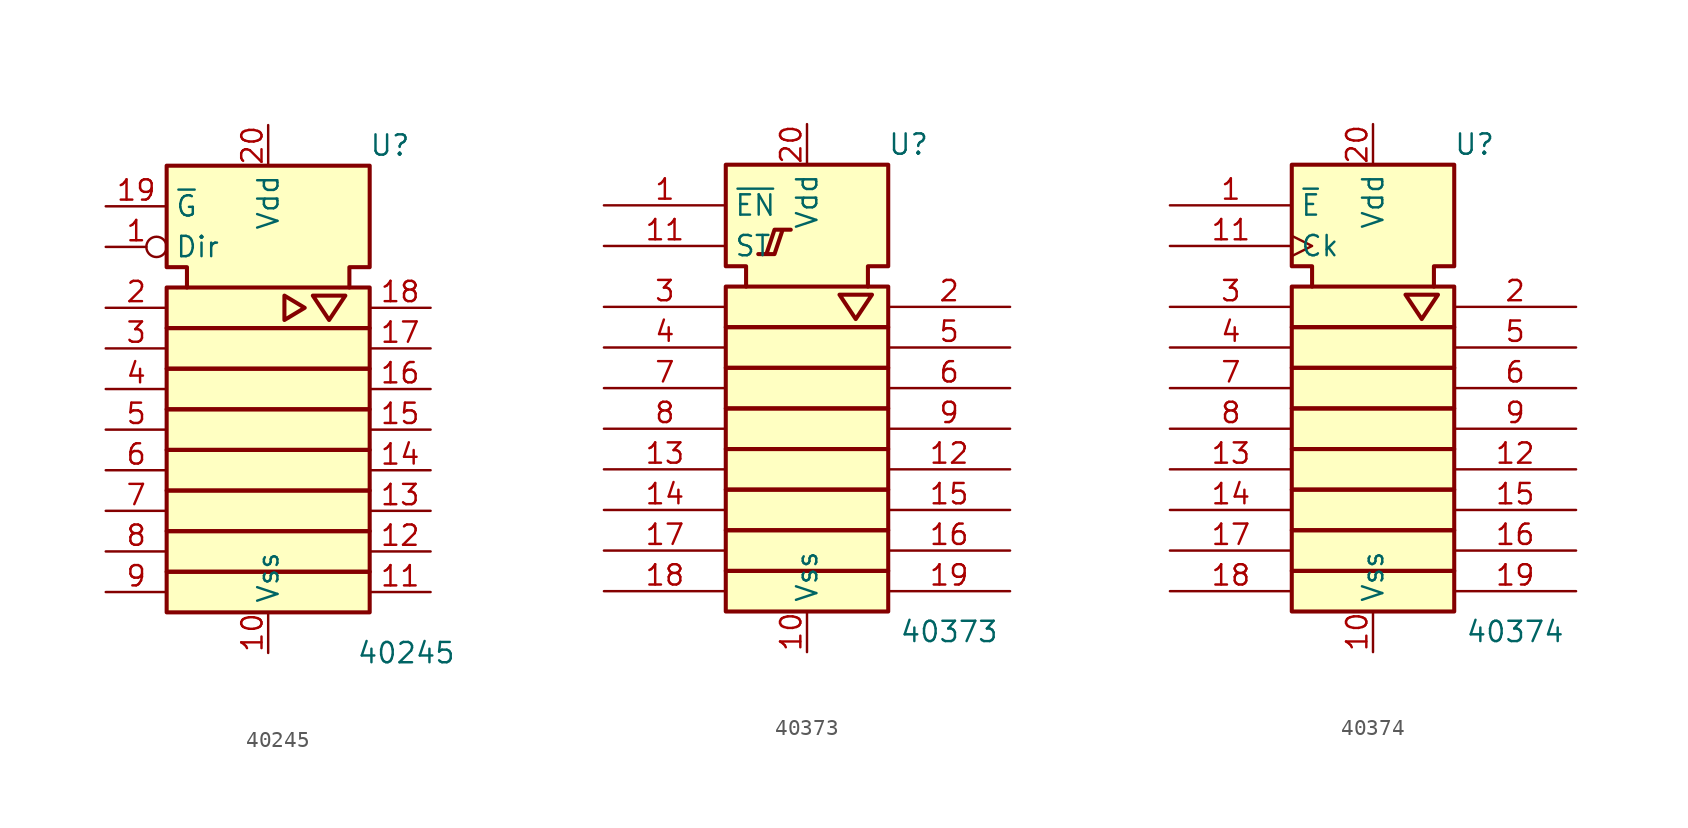
<source format=kicad_sym>
(kicad_symbol_lib
  (version 20241209)
  (generator "kicad_symbol_editor")
  (generator_version "9.0")
  (symbol "40245"
    (property "Reference" "U"
      (at 7.62 16.51 0)
      (effects (font (size 1.27 1.27))))
    (property "Value" "40245"
      (at 8.636 -15.24 0)
      (effects (font (size 1.27 1.27))))
    (symbol "40245_0_0"
      (polyline (pts (xy 1.016 7.112) (xy 1.016 5.588) (xy 2.286 6.35) (xy 1.016 7.112) (xy 1.016 7.112)) (stroke (width 0.254) (type default)) (fill (type background)))
      (polyline (pts (xy 3.302 7.112) (xy 4.826 7.112) (xy 3.81 5.588) (xy 2.794 7.112) (xy 3.302 7.112) (xy 3.302 7.112)) (stroke (width 0.254) (type default)) (fill (type background))))
    (symbol "40245_0_1"
      (rectangle (start -6.35 7.62) (end 6.35 5.08) (stroke (width 0.254) (type default)) (fill (type background)))
      (rectangle (start -6.35 5.08) (end 6.35 2.54) (stroke (width 0.254) (type default)) (fill (type background)))
      (rectangle (start -6.35 2.54) (end 6.35 0) (stroke (width 0.254) (type default)) (fill (type background)))
      (rectangle (start -6.35 0) (end 6.35 -2.54) (stroke (width 0.254) (type default)) (fill (type background)))
      (rectangle (start -6.35 -2.54) (end 6.35 -5.08) (stroke (width 0.254) (type default)) (fill (type background)))
      (rectangle (start -6.35 -5.08) (end 6.35 -7.62) (stroke (width 0.254) (type default)) (fill (type background)))
      (rectangle (start -6.35 -7.62) (end 6.35 -10.16) (stroke (width 0.254) (type default)) (fill (type background)))
      (rectangle (start -6.35 -10.16) (end 6.35 -12.7) (stroke (width 0.254) (type default)) (fill (type background)))
      (polyline (pts (xy -5.08 7.62) (xy -5.08 8.89) (xy -6.35 8.89) (xy -6.35 15.24) (xy 6.35 15.24) (xy 6.35 8.89) (xy 5.08 8.89) (xy 5.08 7.62) (xy 5.08 7.62)) (stroke (width 0.254) (type default)) (fill (type background))))
    (symbol "40245_1_0"
      (pin output line (at -10.16 12.7 0) (length 3.81) (name "~{G}" (effects (font (size 1.27 1.27)))) (number "19" (effects (font (size 1.27 1.27)))))
      (pin output inverted (at -10.16 10.16 0) (length 3.81) (name "Dir" (effects (font (size 1.27 1.27)))) (number "1" (effects (font (size 1.27 1.27)))))
      (pin output line (at -10.16 6.35 0) (length 3.81) (name "~" (effects (font (size 1.27 1.27)))) (number "2" (effects (font (size 1.27 1.27)))))
      (pin output line (at -10.16 3.81 0) (length 3.81) (name "~" (effects (font (size 1.27 1.27)))) (number "3" (effects (font (size 1.27 1.27)))))
      (pin output line (at -10.16 1.27 0) (length 3.81) (name "~" (effects (font (size 1.27 1.27)))) (number "4" (effects (font (size 1.27 1.27)))))
      (pin output line (at -10.16 -1.27 0) (length 3.81) (name "~" (effects (font (size 1.27 1.27)))) (number "5" (effects (font (size 1.27 1.27)))))
      (pin output line (at -10.16 -3.81 0) (length 3.81) (name "~" (effects (font (size 1.27 1.27)))) (number "6" (effects (font (size 1.27 1.27)))))
      (pin output line (at -10.16 -6.35 0) (length 3.81) (name "~" (effects (font (size 1.27 1.27)))) (number "7" (effects (font (size 1.27 1.27)))))
      (pin output line (at -10.16 -8.89 0) (length 3.81) (name "~" (effects (font (size 1.27 1.27)))) (number "8" (effects (font (size 1.27 1.27)))))
      (pin output line (at -10.16 -11.43 0) (length 3.81) (name "~" (effects (font (size 1.27 1.27)))) (number "9" (effects (font (size 1.27 1.27)))))
      (pin power_in line (at 0 17.78 270) (length 2.54) (name "Vdd" (effects (font (size 1.27 1.27)))) (number "20" (effects (font (size 1.27 1.27)))))
      (pin power_in line (at 0 -15.24 90) (length 2.54) (name "Vss" (effects (font (size 1.27 1.27)))) (number "10" (effects (font (size 1.27 1.27)))))
      (pin bidirectional line (at 10.16 6.35 180) (length 3.81) (name "~" (effects (font (size 1.27 1.27)))) (number "18" (effects (font (size 1.27 1.27)))))
      (pin bidirectional line (at 10.16 3.81 180) (length 3.81) (name "~" (effects (font (size 1.27 1.27)))) (number "17" (effects (font (size 1.27 1.27)))))
      (pin bidirectional line (at 10.16 1.27 180) (length 3.81) (name "~" (effects (font (size 1.27 1.27)))) (number "16" (effects (font (size 1.27 1.27)))))
      (pin bidirectional line (at 10.16 -1.27 180) (length 3.81) (name "~" (effects (font (size 1.27 1.27)))) (number "15" (effects (font (size 1.27 1.27)))))
      (pin bidirectional line (at 10.16 -3.81 180) (length 3.81) (name "~" (effects (font (size 1.27 1.27)))) (number "14" (effects (font (size 1.27 1.27)))))
      (pin bidirectional line (at 10.16 -6.35 180) (length 3.81) (name "~" (effects (font (size 1.27 1.27)))) (number "13" (effects (font (size 1.27 1.27)))))
      (pin bidirectional line (at 10.16 -8.89 180) (length 3.81) (name "~" (effects (font (size 1.27 1.27)))) (number "12" (effects (font (size 1.27 1.27)))))
      (pin bidirectional line (at 10.16 -11.43 180) (length 3.81) (name "~" (effects (font (size 1.27 1.27)))) (number "11" (effects (font (size 1.27 1.27)))))))
  (symbol "40373"
    (property "Reference" "U"
      (at 6.35 13.97 0)
      (effects (font (size 1.27 1.27))))
    (property "Value" "40373"
      (at 8.89 -16.51 0)
      (effects (font (size 1.27 1.27))))
    (symbol "40373_0_0"
      (pin input line (at -12.7 10.16 0) (length 7.62) (name "~{EN}" (effects (font (size 1.27 1.27)))) (number "1" (effects (font (size 1.27 1.27)))))
      (pin input line (at -12.7 7.62 0) (length 7.62) (name "ST" (effects (font (size 1.27 1.27)))) (number "11" (effects (font (size 1.27 1.27)))))
      (pin power_in line (at 0 15.24 270) (length 2.54) (name "Vdd" (effects (font (size 1.27 1.27)))) (number "20" (effects (font (size 1.27 1.27)))))
      (pin power_in line (at 0 -17.78 90) (length 2.54) (name "Vss" (effects (font (size 1.27 1.27)))) (number "10" (effects (font (size 1.27 1.27))))))
    (symbol "40373_0_1"
      (rectangle (start -5.08 5.08) (end 5.08 2.54) (stroke (width 0.254) (type default)) (fill (type background)))
      (rectangle (start -5.08 2.54) (end 5.08 0) (stroke (width 0.254) (type default)) (fill (type background)))
      (rectangle (start -5.08 0) (end 5.08 -2.54) (stroke (width 0.254) (type default)) (fill (type background)))
      (rectangle (start -5.08 -2.54) (end 5.08 -5.08) (stroke (width 0.254) (type default)) (fill (type background)))
      (rectangle (start -5.08 -5.08) (end 5.08 -7.62) (stroke (width 0.254) (type default)) (fill (type background)))
      (rectangle (start -5.08 -7.62) (end 5.08 -10.16) (stroke (width 0.254) (type default)) (fill (type background)))
      (rectangle (start -5.08 -10.16) (end 5.08 -12.7) (stroke (width 0.254) (type default)) (fill (type background)))
      (rectangle (start -5.08 -12.7) (end 5.08 -15.24) (stroke (width 0.254) (type default)) (fill (type background)))
      (polyline (pts (xy -3.81 5.08) (xy -3.81 6.35) (xy -5.08 6.35) (xy -5.08 12.7) (xy 5.08 12.7) (xy 5.08 6.35) (xy 3.81 6.35) (xy 3.81 5.08) (xy 3.81 5.08)) (stroke (width 0.254) (type default)) (fill (type background)))
      (polyline (pts (xy -2.54 7.112) (xy -2.032 7.112) (xy -1.524 8.636) (xy -1.016 8.636) (xy -2.032 8.636) (xy -2.54 7.112) (xy -3.048 7.112) (xy -3.048 7.112)) (stroke (width 0.254) (type default)) (fill (type background)))
      (polyline (pts (xy 2.032 4.572) (xy 4.064 4.572) (xy 3.048 3.048) (xy 2.032 4.572) (xy 2.032 4.572)) (stroke (width 0.254) (type default)) (fill (type background))))
    (symbol "40373_1_0"
      (pin input line (at -12.7 3.81 0) (length 7.62) (name "~" (effects (font (size 1.27 1.27)))) (number "3" (effects (font (size 1.27 1.27)))))
      (pin input line (at -12.7 1.27 0) (length 7.62) (name "~" (effects (font (size 1.27 1.27)))) (number "4" (effects (font (size 1.27 1.27)))))
      (pin input line (at -12.7 -1.27 0) (length 7.62) (name "~" (effects (font (size 1.27 1.27)))) (number "7" (effects (font (size 1.27 1.27)))))
      (pin input line (at -12.7 -3.81 0) (length 7.62) (name "~" (effects (font (size 1.27 1.27)))) (number "8" (effects (font (size 1.27 1.27)))))
      (pin input line (at -12.7 -6.35 0) (length 7.62) (name "~" (effects (font (size 1.27 1.27)))) (number "13" (effects (font (size 1.27 1.27)))))
      (pin input line (at -12.7 -8.89 0) (length 7.62) (name "~" (effects (font (size 1.27 1.27)))) (number "14" (effects (font (size 1.27 1.27)))))
      (pin input line (at -12.7 -11.43 0) (length 7.62) (name "~" (effects (font (size 1.27 1.27)))) (number "17" (effects (font (size 1.27 1.27)))))
      (pin input line (at -12.7 -13.97 0) (length 7.62) (name "~" (effects (font (size 1.27 1.27)))) (number "18" (effects (font (size 1.27 1.27)))))
      (pin output line (at 12.7 3.81 180) (length 7.62) (name "~" (effects (font (size 1.27 1.27)))) (number "2" (effects (font (size 1.27 1.27)))))
      (pin output line (at 12.7 1.27 180) (length 7.62) (name "~" (effects (font (size 1.27 1.27)))) (number "5" (effects (font (size 1.27 1.27)))))
      (pin output line (at 12.7 -1.27 180) (length 7.62) (name "~" (effects (font (size 1.27 1.27)))) (number "6" (effects (font (size 1.27 1.27)))))
      (pin output line (at 12.7 -3.81 180) (length 7.62) (name "~" (effects (font (size 1.27 1.27)))) (number "9" (effects (font (size 1.27 1.27)))))
      (pin output line (at 12.7 -6.35 180) (length 7.62) (name "~" (effects (font (size 1.27 1.27)))) (number "12" (effects (font (size 1.27 1.27)))))
      (pin output line (at 12.7 -8.89 180) (length 7.62) (name "~" (effects (font (size 1.27 1.27)))) (number "15" (effects (font (size 1.27 1.27)))))
      (pin output line (at 12.7 -11.43 180) (length 7.62) (name "~" (effects (font (size 1.27 1.27)))) (number "16" (effects (font (size 1.27 1.27)))))
      (pin output line (at 12.7 -13.97 180) (length 7.62) (name "~" (effects (font (size 1.27 1.27)))) (number "19" (effects (font (size 1.27 1.27)))))))
  (symbol "40374"
    (property "Reference" "U"
      (at 6.35 13.97 0)
      (effects (font (size 1.27 1.27))))
    (property "Value" "40374"
      (at 8.89 -16.51 0)
      (effects (font (size 1.27 1.27))))
    (symbol "40374_0_0"
      (pin input line (at -12.7 10.16 0) (length 7.62) (name "~{E}" (effects (font (size 1.27 1.27)))) (number "1" (effects (font (size 1.27 1.27)))))
      (pin input clock (at -12.7 7.62 0) (length 7.62) (name "Ck" (effects (font (size 1.27 1.27)))) (number "11" (effects (font (size 1.27 1.27)))))
      (pin power_in line (at 0 15.24 270) (length 2.54) (name "Vdd" (effects (font (size 1.27 1.27)))) (number "20" (effects (font (size 1.27 1.27)))))
      (pin power_in line (at 0 -17.78 90) (length 2.54) (name "Vss" (effects (font (size 1.27 1.27)))) (number "10" (effects (font (size 1.27 1.27))))))
    (symbol "40374_0_1"
      (rectangle (start -5.08 5.08) (end 5.08 2.54) (stroke (width 0.254) (type default)) (fill (type background)))
      (rectangle (start -5.08 2.54) (end 5.08 0) (stroke (width 0.254) (type default)) (fill (type background)))
      (rectangle (start -5.08 0) (end 5.08 -2.54) (stroke (width 0.254) (type default)) (fill (type background)))
      (rectangle (start -5.08 -2.54) (end 5.08 -5.08) (stroke (width 0.254) (type default)) (fill (type background)))
      (rectangle (start -5.08 -5.08) (end 5.08 -7.62) (stroke (width 0.254) (type default)) (fill (type background)))
      (rectangle (start -5.08 -7.62) (end 5.08 -10.16) (stroke (width 0.254) (type default)) (fill (type background)))
      (rectangle (start -5.08 -10.16) (end 5.08 -12.7) (stroke (width 0.254) (type default)) (fill (type background)))
      (rectangle (start -5.08 -12.7) (end 5.08 -15.24) (stroke (width 0.254) (type default)) (fill (type background)))
      (polyline (pts (xy -3.81 5.08) (xy -3.81 6.35) (xy -5.08 6.35) (xy -5.08 12.7) (xy 5.08 12.7) (xy 5.08 6.35) (xy 3.81 6.35) (xy 3.81 5.08) (xy 3.81 5.08)) (stroke (width 0.254) (type default)) (fill (type background)))
      (polyline (pts (xy 2.032 4.572) (xy 4.064 4.572) (xy 3.048 3.048) (xy 2.032 4.572) (xy 2.032 4.572)) (stroke (width 0.254) (type default)) (fill (type background))))
    (symbol "40374_1_0"
      (pin input line (at -12.7 3.81 0) (length 7.62) (name "~" (effects (font (size 1.27 1.27)))) (number "3" (effects (font (size 1.27 1.27)))))
      (pin input line (at -12.7 1.27 0) (length 7.62) (name "~" (effects (font (size 1.27 1.27)))) (number "4" (effects (font (size 1.27 1.27)))))
      (pin input line (at -12.7 -1.27 0) (length 7.62) (name "~" (effects (font (size 1.27 1.27)))) (number "7" (effects (font (size 1.27 1.27)))))
      (pin input line (at -12.7 -3.81 0) (length 7.62) (name "~" (effects (font (size 1.27 1.27)))) (number "8" (effects (font (size 1.27 1.27)))))
      (pin input line (at -12.7 -6.35 0) (length 7.62) (name "~" (effects (font (size 1.27 1.27)))) (number "13" (effects (font (size 1.27 1.27)))))
      (pin input line (at -12.7 -8.89 0) (length 7.62) (name "~" (effects (font (size 1.27 1.27)))) (number "14" (effects (font (size 1.27 1.27)))))
      (pin input line (at -12.7 -11.43 0) (length 7.62) (name "~" (effects (font (size 1.27 1.27)))) (number "17" (effects (font (size 1.27 1.27)))))
      (pin input line (at -12.7 -13.97 0) (length 7.62) (name "~" (effects (font (size 1.27 1.27)))) (number "18" (effects (font (size 1.27 1.27)))))
      (pin tri_state line (at 12.7 3.81 180) (length 7.62) (name "~" (effects (font (size 1.27 1.27)))) (number "2" (effects (font (size 1.27 1.27)))))
      (pin tri_state line (at 12.7 1.27 180) (length 7.62) (name "~" (effects (font (size 1.27 1.27)))) (number "5" (effects (font (size 1.27 1.27)))))
      (pin tri_state line (at 12.7 -1.27 180) (length 7.62) (name "~" (effects (font (size 1.27 1.27)))) (number "6" (effects (font (size 1.27 1.27)))))
      (pin tri_state line (at 12.7 -3.81 180) (length 7.62) (name "~" (effects (font (size 1.27 1.27)))) (number "9" (effects (font (size 1.27 1.27)))))
      (pin tri_state line (at 12.7 -6.35 180) (length 7.62) (name "~" (effects (font (size 1.27 1.27)))) (number "12" (effects (font (size 1.27 1.27)))))
      (pin tri_state line (at 12.7 -8.89 180) (length 7.62) (name "~" (effects (font (size 1.27 1.27)))) (number "15" (effects (font (size 1.27 1.27)))))
      (pin tri_state line (at 12.7 -11.43 180) (length 7.62) (name "~" (effects (font (size 1.27 1.27)))) (number "16" (effects (font (size 1.27 1.27)))))
      (pin tri_state line (at 12.7 -13.97 180) (length 7.62) (name "~" (effects (font (size 1.27 1.27)))) (number "19" (effects (font (size 1.27 1.27))))))))
</source>
